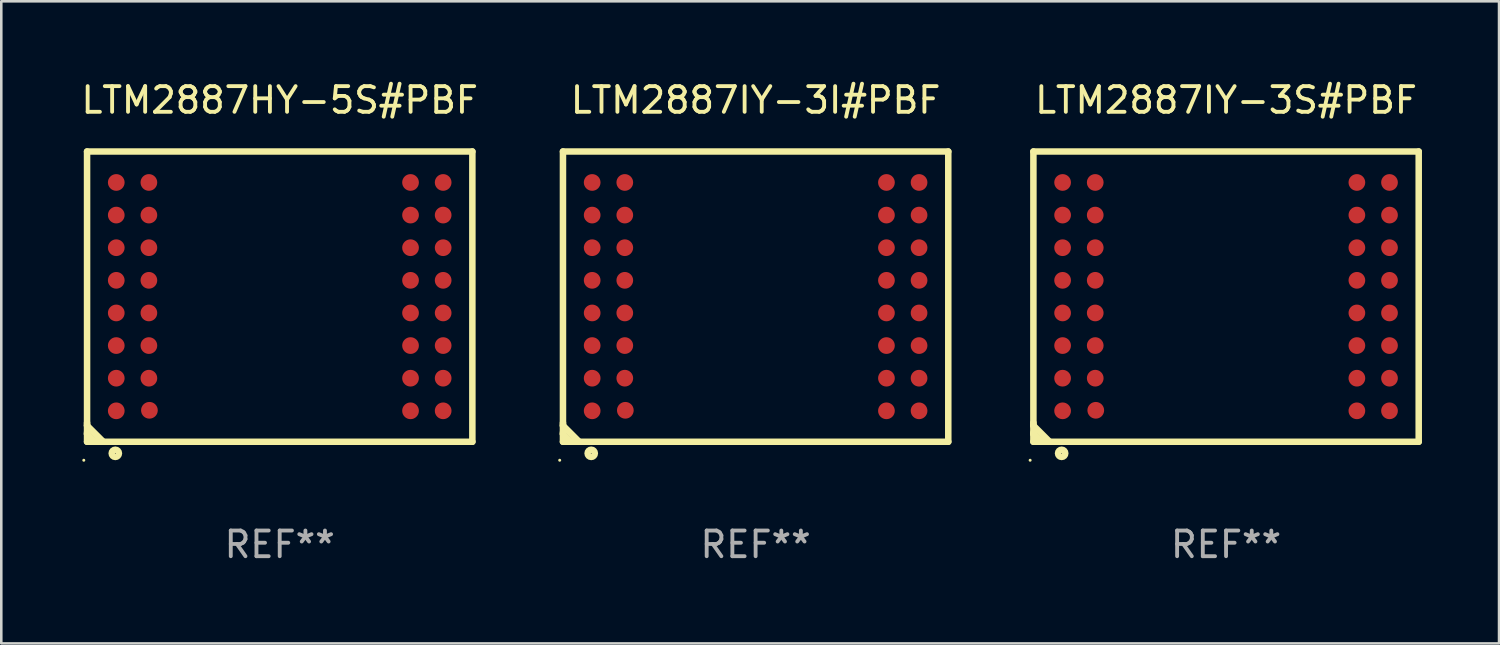
<source format=kicad_pcb>
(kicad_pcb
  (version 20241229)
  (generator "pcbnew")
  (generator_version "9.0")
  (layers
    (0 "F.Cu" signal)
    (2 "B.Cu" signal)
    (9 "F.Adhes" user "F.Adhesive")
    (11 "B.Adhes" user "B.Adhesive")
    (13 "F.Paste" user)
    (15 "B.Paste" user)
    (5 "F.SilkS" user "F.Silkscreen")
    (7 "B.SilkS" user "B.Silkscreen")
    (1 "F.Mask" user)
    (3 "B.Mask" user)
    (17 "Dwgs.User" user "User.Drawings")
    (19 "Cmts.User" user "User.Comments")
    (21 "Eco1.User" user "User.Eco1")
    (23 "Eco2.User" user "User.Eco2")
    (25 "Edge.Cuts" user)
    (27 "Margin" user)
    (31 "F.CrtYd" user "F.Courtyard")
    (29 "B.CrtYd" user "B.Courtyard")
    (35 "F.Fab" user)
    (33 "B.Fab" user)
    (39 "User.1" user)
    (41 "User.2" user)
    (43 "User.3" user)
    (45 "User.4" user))
  (footprint "LTM2887HY-5S#PBF"
    (layer "F.Cu")
    (at 7.839 8.498)
    (property "Reference" "LTM2887HY-5S#PBF" (at 0 -7.65 0) (layer "F.SilkS") (effects (font (size 1 1) (thickness 0.15))))
    (attr through_hole)
    (fp_line (start -7.5 -5.65) (end -7.5 5.65) (stroke (width 0.254) (type solid)) (layer "F.SilkS"))
    (fp_line (start -7.5 -5.65) (end 7.5 -5.65) (stroke (width 0.254) (type solid)) (layer "F.SilkS"))
    (fp_line (start -7.5 4.911) (end -7.5 5.02) (stroke (width 0.254) (type solid)) (layer "F.SilkS"))
    (fp_line (start -7.5 5.02) (end -6.87 5.65) (stroke (width 0.254) (type solid)) (layer "F.SilkS"))
    (fp_line (start -7.5 5.286) (end -7.5 5.347) (stroke (width 0.254) (type solid)) (layer "F.SilkS"))
    (fp_line (start -7.5 5.347) (end -7.197 5.65) (stroke (width 0.254) (type solid)) (layer "F.SilkS"))
    (fp_line (start -7.5 5.65) (end 7.5 5.65) (stroke (width 0.254) (type solid)) (layer "F.SilkS"))
    (fp_line (start 7.5 -5.65) (end 7.5 5.65) (stroke (width 0.254) (type solid)) (layer "F.SilkS"))
    (fp_circle (center -7.627 6.369) (end -7.597 6.369) (stroke (width 0.06) (type solid)) (fill no) (layer "F.SilkS"))
    (fp_circle (center -6.4 6.1) (end -6.259 6.1) (stroke (width 0.254) (type solid)) (fill no) (layer "F.SilkS"))
    (fp_text user "REF**" (at 0 9.65 0) (layer "F.Fab") (effects (font (size 1 1) (thickness 0.15))))
    (pad "A1" smd circle (at -6.363 4.445) (size 0.65 0.65) (layers "F.Cu" "F.Mask" "F.Paste"))
    (pad "A2" smd circle (at -6.363 3.175) (size 0.65 0.65) (layers "F.Cu" "F.Mask" "F.Paste"))
    (pad "A3" smd circle (at -6.363 1.905) (size 0.65 0.65) (layers "F.Cu" "F.Mask" "F.Paste"))
    (pad "A4" smd circle (at -6.363 0.635) (size 0.65 0.65) (layers "F.Cu" "F.Mask" "F.Paste"))
    (pad "A5" smd circle (at -6.363 -0.635) (size 0.65 0.65) (layers "F.Cu" "F.Mask" "F.Paste"))
    (pad "A6" smd circle (at -6.363 -1.905) (size 0.65 0.65) (layers "F.Cu" "F.Mask" "F.Paste"))
    (pad "A7" smd circle (at -6.363 -3.175) (size 0.65 0.65) (layers "F.Cu" "F.Mask" "F.Paste"))
    (pad "A8" smd circle (at -6.363 -4.445) (size 0.65 0.65) (layers "F.Cu" "F.Mask" "F.Paste"))
    (pad "B1" smd circle (at -5.072 4.425) (size 0.65 0.65) (layers "F.Cu" "F.Mask" "F.Paste"))
    (pad "B2" smd circle (at -5.093 3.175) (size 0.65 0.65) (layers "F.Cu" "F.Mask" "F.Paste"))
    (pad "B3" smd circle (at -5.093 1.905) (size 0.65 0.65) (layers "F.Cu" "F.Mask" "F.Paste"))
    (pad "B4" smd circle (at -5.093 0.635) (size 0.65 0.65) (layers "F.Cu" "F.Mask" "F.Paste"))
    (pad "B5" smd circle (at -5.093 -0.635) (size 0.65 0.65) (layers "F.Cu" "F.Mask" "F.Paste"))
    (pad "B6" smd circle (at -5.093 -1.905) (size 0.65 0.65) (layers "F.Cu" "F.Mask" "F.Paste"))
    (pad "B7" smd circle (at -5.093 -3.175) (size 0.65 0.65) (layers "F.Cu" "F.Mask" "F.Paste"))
    (pad "B8" smd circle (at -5.093 -4.445) (size 0.65 0.65) (layers "F.Cu" "F.Mask" "F.Paste"))
    (pad "K1" smd circle (at 5.093 4.445) (size 0.65 0.65) (layers "F.Cu" "F.Mask" "F.Paste"))
    (pad "K2" smd circle (at 5.093 3.175) (size 0.65 0.65) (layers "F.Cu" "F.Mask" "F.Paste"))
    (pad "K3" smd circle (at 5.093 1.905) (size 0.65 0.65) (layers "F.Cu" "F.Mask" "F.Paste"))
    (pad "K4" smd circle (at 5.093 0.635) (size 0.65 0.65) (layers "F.Cu" "F.Mask" "F.Paste"))
    (pad "K5" smd circle (at 5.093 -0.635) (size 0.65 0.65) (layers "F.Cu" "F.Mask" "F.Paste"))
    (pad "K6" smd circle (at 5.093 -1.905) (size 0.65 0.65) (layers "F.Cu" "F.Mask" "F.Paste"))
    (pad "K7" smd circle (at 5.093 -3.175) (size 0.65 0.65) (layers "F.Cu" "F.Mask" "F.Paste"))
    (pad "K8" smd circle (at 5.093 -4.445) (size 0.65 0.65) (layers "F.Cu" "F.Mask" "F.Paste"))
    (pad "L1" smd circle (at 6.363 4.445) (size 0.65 0.65) (layers "F.Cu" "F.Mask" "F.Paste"))
    (pad "L2" smd circle (at 6.363 3.175) (size 0.65 0.65) (layers "F.Cu" "F.Mask" "F.Paste"))
    (pad "L3" smd circle (at 6.363 1.905) (size 0.65 0.65) (layers "F.Cu" "F.Mask" "F.Paste"))
    (pad "L4" smd circle (at 6.363 0.635) (size 0.65 0.65) (layers "F.Cu" "F.Mask" "F.Paste"))
    (pad "L5" smd circle (at 6.363 -0.635) (size 0.65 0.65) (layers "F.Cu" "F.Mask" "F.Paste"))
    (pad "L6" smd circle (at 6.363 -1.905) (size 0.65 0.65) (layers "F.Cu" "F.Mask" "F.Paste"))
    (pad "L7" smd circle (at 6.363 -3.175) (size 0.65 0.65) (layers "F.Cu" "F.Mask" "F.Paste"))
    (pad "L8" smd circle (at 6.363 -4.445) (size 0.65 0.65) (layers "F.Cu" "F.Mask" "F.Paste")))
  (footprint "LTM2887IY-3S#PBF"
    (layer "F.Cu")
    (at 44.68 8.498)
    (property "Reference" "LTM2887IY-3S#PBF" (at 0 -7.65 0) (layer "F.SilkS") (effects (font (size 1 1) (thickness 0.15))))
    (attr through_hole)
    (fp_line (start -7.5 -5.65) (end -7.5 5.65) (stroke (width 0.254) (type solid)) (layer "F.SilkS"))
    (fp_line (start -7.5 -5.65) (end 7.5 -5.65) (stroke (width 0.254) (type solid)) (layer "F.SilkS"))
    (fp_line (start -7.5 4.911) (end -7.5 5.02) (stroke (width 0.254) (type solid)) (layer "F.SilkS"))
    (fp_line (start -7.5 5.02) (end -6.87 5.65) (stroke (width 0.254) (type solid)) (layer "F.SilkS"))
    (fp_line (start -7.5 5.286) (end -7.5 5.347) (stroke (width 0.254) (type solid)) (layer "F.SilkS"))
    (fp_line (start -7.5 5.347) (end -7.197 5.65) (stroke (width 0.254) (type solid)) (layer "F.SilkS"))
    (fp_line (start -7.5 5.65) (end 7.5 5.65) (stroke (width 0.254) (type solid)) (layer "F.SilkS"))
    (fp_line (start 7.5 -5.65) (end 7.5 5.65) (stroke (width 0.254) (type solid)) (layer "F.SilkS"))
    (fp_circle (center -7.627 6.369) (end -7.597 6.369) (stroke (width 0.06) (type solid)) (fill no) (layer "F.SilkS"))
    (fp_circle (center -6.4 6.1) (end -6.259 6.1) (stroke (width 0.254) (type solid)) (fill no) (layer "F.SilkS"))
    (fp_text user "REF**" (at 0 9.65 0) (layer "F.Fab") (effects (font (size 1 1) (thickness 0.15))))
    (pad "A1" smd circle (at -6.363 4.445) (size 0.65 0.65) (layers "F.Cu" "F.Mask" "F.Paste"))
    (pad "A2" smd circle (at -6.363 3.175) (size 0.65 0.65) (layers "F.Cu" "F.Mask" "F.Paste"))
    (pad "A3" smd circle (at -6.363 1.905) (size 0.65 0.65) (layers "F.Cu" "F.Mask" "F.Paste"))
    (pad "A4" smd circle (at -6.363 0.635) (size 0.65 0.65) (layers "F.Cu" "F.Mask" "F.Paste"))
    (pad "A5" smd circle (at -6.363 -0.635) (size 0.65 0.65) (layers "F.Cu" "F.Mask" "F.Paste"))
    (pad "A6" smd circle (at -6.363 -1.905) (size 0.65 0.65) (layers "F.Cu" "F.Mask" "F.Paste"))
    (pad "A7" smd circle (at -6.363 -3.175) (size 0.65 0.65) (layers "F.Cu" "F.Mask" "F.Paste"))
    (pad "A8" smd circle (at -6.363 -4.445) (size 0.65 0.65) (layers "F.Cu" "F.Mask" "F.Paste"))
    (pad "B1" smd circle (at -5.072 4.425) (size 0.65 0.65) (layers "F.Cu" "F.Mask" "F.Paste"))
    (pad "B2" smd circle (at -5.093 3.175) (size 0.65 0.65) (layers "F.Cu" "F.Mask" "F.Paste"))
    (pad "B3" smd circle (at -5.093 1.905) (size 0.65 0.65) (layers "F.Cu" "F.Mask" "F.Paste"))
    (pad "B4" smd circle (at -5.093 0.635) (size 0.65 0.65) (layers "F.Cu" "F.Mask" "F.Paste"))
    (pad "B5" smd circle (at -5.093 -0.635) (size 0.65 0.65) (layers "F.Cu" "F.Mask" "F.Paste"))
    (pad "B6" smd circle (at -5.093 -1.905) (size 0.65 0.65) (layers "F.Cu" "F.Mask" "F.Paste"))
    (pad "B7" smd circle (at -5.093 -3.175) (size 0.65 0.65) (layers "F.Cu" "F.Mask" "F.Paste"))
    (pad "B8" smd circle (at -5.093 -4.445) (size 0.65 0.65) (layers "F.Cu" "F.Mask" "F.Paste"))
    (pad "K1" smd circle (at 5.093 4.445) (size 0.65 0.65) (layers "F.Cu" "F.Mask" "F.Paste"))
    (pad "K2" smd circle (at 5.093 3.175) (size 0.65 0.65) (layers "F.Cu" "F.Mask" "F.Paste"))
    (pad "K3" smd circle (at 5.093 1.905) (size 0.65 0.65) (layers "F.Cu" "F.Mask" "F.Paste"))
    (pad "K4" smd circle (at 5.093 0.635) (size 0.65 0.65) (layers "F.Cu" "F.Mask" "F.Paste"))
    (pad "K5" smd circle (at 5.093 -0.635) (size 0.65 0.65) (layers "F.Cu" "F.Mask" "F.Paste"))
    (pad "K6" smd circle (at 5.093 -1.905) (size 0.65 0.65) (layers "F.Cu" "F.Mask" "F.Paste"))
    (pad "K7" smd circle (at 5.093 -3.175) (size 0.65 0.65) (layers "F.Cu" "F.Mask" "F.Paste"))
    (pad "K8" smd circle (at 5.093 -4.445) (size 0.65 0.65) (layers "F.Cu" "F.Mask" "F.Paste"))
    (pad "L1" smd circle (at 6.363 4.445) (size 0.65 0.65) (layers "F.Cu" "F.Mask" "F.Paste"))
    (pad "L2" smd circle (at 6.363 3.175) (size 0.65 0.65) (layers "F.Cu" "F.Mask" "F.Paste"))
    (pad "L3" smd circle (at 6.363 1.905) (size 0.65 0.65) (layers "F.Cu" "F.Mask" "F.Paste"))
    (pad "L4" smd circle (at 6.363 0.635) (size 0.65 0.65) (layers "F.Cu" "F.Mask" "F.Paste"))
    (pad "L5" smd circle (at 6.363 -0.635) (size 0.65 0.65) (layers "F.Cu" "F.Mask" "F.Paste"))
    (pad "L6" smd circle (at 6.363 -1.905) (size 0.65 0.65) (layers "F.Cu" "F.Mask" "F.Paste"))
    (pad "L7" smd circle (at 6.363 -3.175) (size 0.65 0.65) (layers "F.Cu" "F.Mask" "F.Paste"))
    (pad "L8" smd circle (at 6.363 -4.445) (size 0.65 0.65) (layers "F.Cu" "F.Mask" "F.Paste")))
  (footprint "LTM2887IY-3I#PBF"
    (layer "F.Cu")
    (at 26.366 8.498)
    (property "Reference" "LTM2887IY-3I#PBF" (at 0 -7.65 0) (layer "F.SilkS") (effects (font (size 1 1) (thickness 0.15))))
    (attr through_hole)
    (fp_line (start -7.5 -5.65) (end -7.5 5.65) (stroke (width 0.254) (type solid)) (layer "F.SilkS"))
    (fp_line (start -7.5 -5.65) (end 7.5 -5.65) (stroke (width 0.254) (type solid)) (layer "F.SilkS"))
    (fp_line (start -7.5 4.911) (end -7.5 5.02) (stroke (width 0.254) (type solid)) (layer "F.SilkS"))
    (fp_line (start -7.5 5.02) (end -6.87 5.65) (stroke (width 0.254) (type solid)) (layer "F.SilkS"))
    (fp_line (start -7.5 5.286) (end -7.5 5.347) (stroke (width 0.254) (type solid)) (layer "F.SilkS"))
    (fp_line (start -7.5 5.347) (end -7.197 5.65) (stroke (width 0.254) (type solid)) (layer "F.SilkS"))
    (fp_line (start -7.5 5.65) (end 7.5 5.65) (stroke (width 0.254) (type solid)) (layer "F.SilkS"))
    (fp_line (start 7.5 -5.65) (end 7.5 5.65) (stroke (width 0.254) (type solid)) (layer "F.SilkS"))
    (fp_circle (center -7.627 6.369) (end -7.597 6.369) (stroke (width 0.06) (type solid)) (fill no) (layer "F.SilkS"))
    (fp_circle (center -6.4 6.1) (end -6.259 6.1) (stroke (width 0.254) (type solid)) (fill no) (layer "F.SilkS"))
    (fp_text user "REF**" (at 0 9.65 0) (layer "F.Fab") (effects (font (size 1 1) (thickness 0.15))))
    (pad "A1" smd circle (at -6.363 4.445) (size 0.65 0.65) (layers "F.Cu" "F.Mask" "F.Paste"))
    (pad "A2" smd circle (at -6.363 3.175) (size 0.65 0.65) (layers "F.Cu" "F.Mask" "F.Paste"))
    (pad "A3" smd circle (at -6.363 1.905) (size 0.65 0.65) (layers "F.Cu" "F.Mask" "F.Paste"))
    (pad "A4" smd circle (at -6.363 0.635) (size 0.65 0.65) (layers "F.Cu" "F.Mask" "F.Paste"))
    (pad "A5" smd circle (at -6.363 -0.635) (size 0.65 0.65) (layers "F.Cu" "F.Mask" "F.Paste"))
    (pad "A6" smd circle (at -6.363 -1.905) (size 0.65 0.65) (layers "F.Cu" "F.Mask" "F.Paste"))
    (pad "A7" smd circle (at -6.363 -3.175) (size 0.65 0.65) (layers "F.Cu" "F.Mask" "F.Paste"))
    (pad "A8" smd circle (at -6.363 -4.445) (size 0.65 0.65) (layers "F.Cu" "F.Mask" "F.Paste"))
    (pad "B1" smd circle (at -5.072 4.425) (size 0.65 0.65) (layers "F.Cu" "F.Mask" "F.Paste"))
    (pad "B2" smd circle (at -5.093 3.175) (size 0.65 0.65) (layers "F.Cu" "F.Mask" "F.Paste"))
    (pad "B3" smd circle (at -5.093 1.905) (size 0.65 0.65) (layers "F.Cu" "F.Mask" "F.Paste"))
    (pad "B4" smd circle (at -5.093 0.635) (size 0.65 0.65) (layers "F.Cu" "F.Mask" "F.Paste"))
    (pad "B5" smd circle (at -5.093 -0.635) (size 0.65 0.65) (layers "F.Cu" "F.Mask" "F.Paste"))
    (pad "B6" smd circle (at -5.093 -1.905) (size 0.65 0.65) (layers "F.Cu" "F.Mask" "F.Paste"))
    (pad "B7" smd circle (at -5.093 -3.175) (size 0.65 0.65) (layers "F.Cu" "F.Mask" "F.Paste"))
    (pad "B8" smd circle (at -5.093 -4.445) (size 0.65 0.65) (layers "F.Cu" "F.Mask" "F.Paste"))
    (pad "K1" smd circle (at 5.093 4.445) (size 0.65 0.65) (layers "F.Cu" "F.Mask" "F.Paste"))
    (pad "K2" smd circle (at 5.093 3.175) (size 0.65 0.65) (layers "F.Cu" "F.Mask" "F.Paste"))
    (pad "K3" smd circle (at 5.093 1.905) (size 0.65 0.65) (layers "F.Cu" "F.Mask" "F.Paste"))
    (pad "K4" smd circle (at 5.093 0.635) (size 0.65 0.65) (layers "F.Cu" "F.Mask" "F.Paste"))
    (pad "K5" smd circle (at 5.093 -0.635) (size 0.65 0.65) (layers "F.Cu" "F.Mask" "F.Paste"))
    (pad "K6" smd circle (at 5.093 -1.905) (size 0.65 0.65) (layers "F.Cu" "F.Mask" "F.Paste"))
    (pad "K7" smd circle (at 5.093 -3.175) (size 0.65 0.65) (layers "F.Cu" "F.Mask" "F.Paste"))
    (pad "K8" smd circle (at 5.093 -4.445) (size 0.65 0.65) (layers "F.Cu" "F.Mask" "F.Paste"))
    (pad "L1" smd circle (at 6.363 4.445) (size 0.65 0.65) (layers "F.Cu" "F.Mask" "F.Paste"))
    (pad "L2" smd circle (at 6.363 3.175) (size 0.65 0.65) (layers "F.Cu" "F.Mask" "F.Paste"))
    (pad "L3" smd circle (at 6.363 1.905) (size 0.65 0.65) (layers "F.Cu" "F.Mask" "F.Paste"))
    (pad "L4" smd circle (at 6.363 0.635) (size 0.65 0.65) (layers "F.Cu" "F.Mask" "F.Paste"))
    (pad "L5" smd circle (at 6.363 -0.635) (size 0.65 0.65) (layers "F.Cu" "F.Mask" "F.Paste"))
    (pad "L6" smd circle (at 6.363 -1.905) (size 0.65 0.65) (layers "F.Cu" "F.Mask" "F.Paste"))
    (pad "L7" smd circle (at 6.363 -3.175) (size 0.65 0.65) (layers "F.Cu" "F.Mask" "F.Paste"))
    (pad "L8" smd circle (at 6.363 -4.445) (size 0.65 0.65) (layers "F.Cu" "F.Mask" "F.Paste")))
  (gr_rect
    (start -3 -3)
    (end 55.307 21.997)
    (stroke (width 0.1) (type default))
    (fill no)
    (layer "Edge.Cuts")))
</source>
